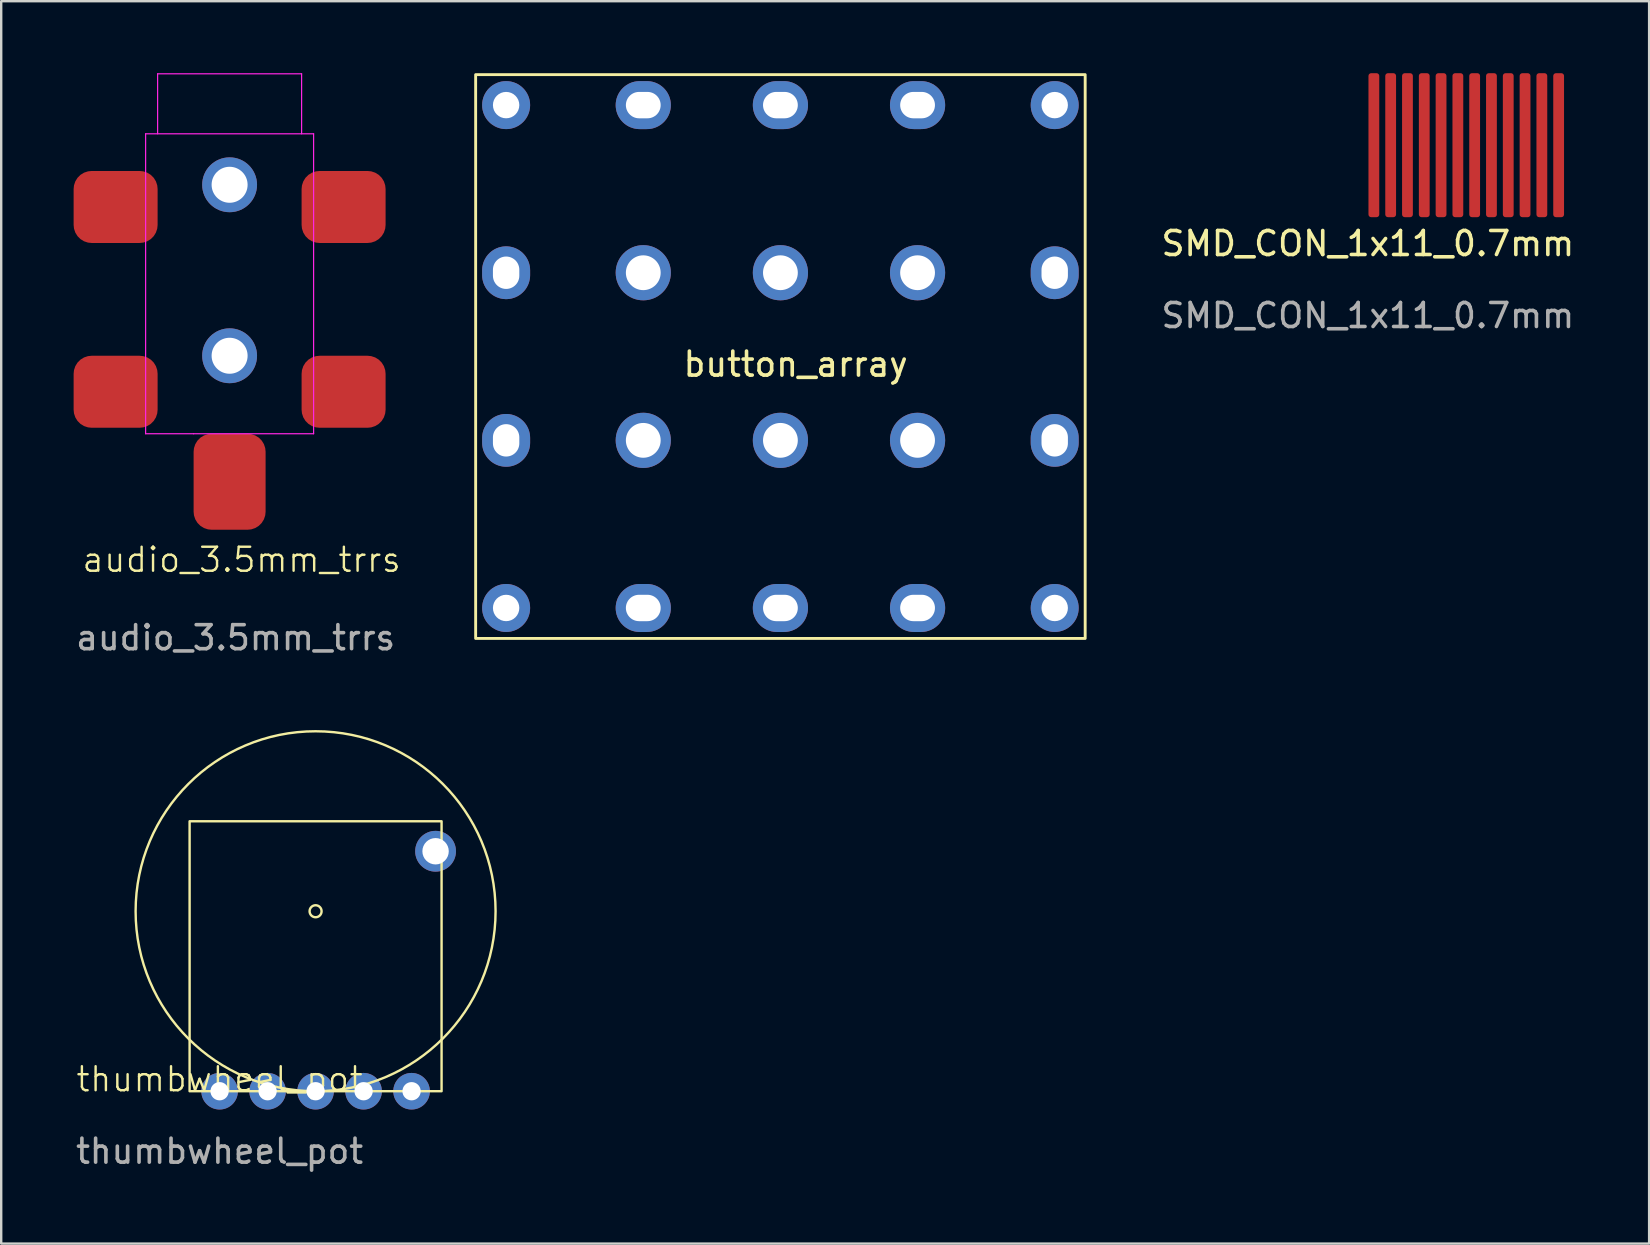
<source format=kicad_pcb>
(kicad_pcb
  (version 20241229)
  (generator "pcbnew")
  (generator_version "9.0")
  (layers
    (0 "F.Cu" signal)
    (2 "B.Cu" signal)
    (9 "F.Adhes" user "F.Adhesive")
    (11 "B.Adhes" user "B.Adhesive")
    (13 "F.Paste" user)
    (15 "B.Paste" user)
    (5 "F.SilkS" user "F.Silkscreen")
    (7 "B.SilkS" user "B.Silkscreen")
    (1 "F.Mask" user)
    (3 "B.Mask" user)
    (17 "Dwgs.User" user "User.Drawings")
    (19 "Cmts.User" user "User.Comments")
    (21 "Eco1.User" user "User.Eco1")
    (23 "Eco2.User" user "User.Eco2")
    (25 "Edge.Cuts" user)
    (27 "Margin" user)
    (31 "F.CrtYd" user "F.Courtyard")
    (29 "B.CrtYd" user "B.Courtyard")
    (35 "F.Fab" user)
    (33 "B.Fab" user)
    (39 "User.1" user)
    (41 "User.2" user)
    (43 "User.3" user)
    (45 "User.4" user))
  (footprint "SMD_CON_1x11_0.7mm"
    (layer "F.Cu")
    (at 53.951 7.6)
    (property "Reference" "SMD_CON_1x11_0.7mm" (at 0 -0.5 0) (unlocked yes) (layer "F.SilkS") (effects (font (size 1 1) (thickness 0.15))))
    (attr smd)
    (fp_text user "${REFERENCE}" (at 0 2.5 0) (unlocked yes) (layer "F.Fab") (effects (font (size 1 1) (thickness 0.15))))
    (pad "1" smd roundrect (at 0.25 -4.6) (size 0.45 6) (layers "F.Cu" "F.Mask" "F.Paste") (roundrect_rratio 0.25))
    (pad "2" smd roundrect (at 0.95 -4.6) (size 0.45 6) (layers "F.Cu" "F.Mask" "F.Paste") (roundrect_rratio 0.25))
    (pad "3" smd roundrect (at 1.65 -4.6) (size 0.45 6) (layers "F.Cu" "F.Mask" "F.Paste") (roundrect_rratio 0.25))
    (pad "4" smd roundrect (at 2.35 -4.6) (size 0.45 6) (layers "F.Cu" "F.Mask" "F.Paste") (roundrect_rratio 0.25))
    (pad "5" smd roundrect (at 3.05 -4.6) (size 0.45 6) (layers "F.Cu" "F.Mask" "F.Paste") (roundrect_rratio 0.25))
    (pad "6" smd roundrect (at 3.75 -4.6) (size 0.45 6) (layers "F.Cu" "F.Mask" "F.Paste") (roundrect_rratio 0.25))
    (pad "7" smd roundrect (at 4.45 -4.6) (size 0.45 6) (layers "F.Cu" "F.Mask" "F.Paste") (roundrect_rratio 0.25))
    (pad "8" smd roundrect (at 5.15 -4.6) (size 0.45 6) (layers "F.Cu" "F.Mask" "F.Paste") (roundrect_rratio 0.25))
    (pad "9" smd roundrect (at 5.85 -4.6) (size 0.45 6) (layers "F.Cu" "F.Mask" "F.Paste") (roundrect_rratio 0.25))
    (pad "10" smd roundrect (at 6.55 -4.6) (size 0.45 6) (layers "F.Cu" "F.Mask" "F.Paste") (roundrect_rratio 0.25))
    (pad "11" smd roundrect (at 7.25 -4.6) (size 0.45 6) (layers "F.Cu" "F.Mask" "F.Paste") (roundrect_rratio 0.25))
    (pad "12" smd roundrect (at 7.95 -4.6) (size 0.45 6) (layers "F.Cu" "F.Mask" "F.Paste") (roundrect_rratio 0.25)))
  (footprint "thumbwheel_pot"
    (layer "F.Cu")
    (at 6.101 42.423)
    (property "Reference" "thumbwheel_pot" (at 0 -0.5 0) (unlocked yes) (layer "F.SilkS") (effects (font (size 1 1) (thickness 0.1))))
    (attr through_hole)
    (fp_rect (start -1.25 -11.25) (end 9.25 0) (stroke (width 0.1) (type default)) (fill no) (layer "F.SilkS"))
    (fp_circle (center 4 -7.5) (end 4.25 -7.5) (stroke (width 0.1) (type default)) (fill no) (layer "F.SilkS"))
    (fp_circle (center 4 -7.5) (end 11.5 -7.5) (stroke (width 0.1) (type default)) (fill no) (layer "F.SilkS"))
    (fp_text user "${REFERENCE}" (at 0 2.5 0) (unlocked yes) (layer "F.Fab") (effects (font (size 1 1) (thickness 0.15))))
    (pad "1" thru_hole circle (at 0 0) (size 1.524 1.524) (drill 0.762) (layers "*.Cu" "*.Mask"))
    (pad "2" thru_hole circle (at 2 0) (size 1.524 1.524) (drill 0.762) (layers "*.Cu" "*.Mask"))
    (pad "2'" thru_hole circle (at 4 0) (size 1.524 1.524) (drill 0.762) (layers "*.Cu" "*.Mask"))
    (pad "3" thru_hole circle (at 8 0) (size 1.524 1.524) (drill 0.762) (layers "*.Cu" "*.Mask"))
    (pad "3'" thru_hole circle (at 6 0) (size 1.524 1.524) (drill 0.762) (layers "*.Cu" "*.Mask"))
    (pad "6" thru_hole circle (at 9 -10) (size 1.7 1.7) (drill 1.1) (layers "*.Cu" "*.Mask")))
  (footprint "button_array"
    (layer "F.Cu")
    (at 17.406 22.285)
    (property "Reference" "button_array" (at 12.7 -10.16 0) (unlocked yes) (layer "F.SilkS") (effects (font (size 1 1) (thickness 0.15))))
    (attr through_hole)
    (fp_rect (start -0.635 1.27) (end 24.765 -22.225) (stroke (width 0.12) (type solid)) (fill no) (layer "F.SilkS"))
    (pad "1" thru_hole oval (at 0.635 -20.955 180) (size 2 2) (drill oval 1.1) (layers "*.Cu" "*.Mask"))
    (pad "1" thru_hole oval (at 0.635 -13.97 180) (size 2 2.2) (drill oval 1.1 1.35) (layers "*.Cu" "*.Mask"))
    (pad "2" thru_hole oval (at 6.35 -20.955 180) (size 2.3 2) (drill oval 1.45 1.1) (layers "*.Cu" "*.Mask"))
    (pad "3" thru_hole oval (at 12.065 -20.955 180) (size 2.3 2) (drill oval 1.45 1.1) (layers "*.Cu" "*.Mask"))
    (pad "4" thru_hole oval (at 0.635 -6.985 180) (size 2 2.2) (drill oval 1.1 1.35) (layers "*.Cu" "*.Mask"))
    (pad "5" thru_hole oval (at 6.35 -6.985 180) (size 2.3 2.3) (drill oval 1.45) (layers "*.Cu" "*.Mask"))
    (pad "6" thru_hole oval (at 12.065 -6.985 180) (size 2.3 2.3) (drill oval 1.45) (layers "*.Cu" "*.Mask"))
    (pad "7" thru_hole oval (at 17.78 -6.985 180) (size 2.3 2.3) (drill oval 1.45) (layers "*.Cu" "*.Mask"))
    (pad "8" thru_hole oval (at 23.495 -6.985 180) (size 2 2.2) (drill oval 1.1 1.35) (layers "*.Cu" "*.Mask"))
    (pad "9" thru_hole oval (at 0.635 0 180) (size 2 2) (drill oval 1.1) (layers "*.Cu" "*.Mask"))
    (pad "10" thru_hole oval (at 12.065 0 180) (size 2.3 2) (drill oval 1.45 1.1) (layers "*.Cu" "*.Mask"))
    (pad "11" thru_hole oval (at 23.495 0 180) (size 2 2) (drill oval 1.1) (layers "*.Cu" "*.Mask"))
    (pad "12" thru_hole oval (at 23.495 -13.97 180) (size 2 2.2) (drill oval 1.1 1.35) (layers "*.Cu" "*.Mask"))
    (pad "13" thru_hole oval (at 6.35 -13.97 180) (size 2.3 2.3) (drill oval 1.45) (layers "*.Cu" "*.Mask"))
    (pad "13" thru_hole oval (at 6.35 0 180) (size 2.3 2) (drill oval 1.45 1.1) (layers "*.Cu" "*.Mask"))
    (pad "13" thru_hole oval (at 12.065 -13.97 180) (size 2.3 2.3) (drill oval 1.45) (layers "*.Cu" "*.Mask"))
    (pad "13" thru_hole oval (at 17.78 -20.955 180) (size 2.3 2) (drill oval 1.45 1.1) (layers "*.Cu" "*.Mask"))
    (pad "13" thru_hole oval (at 17.78 -13.97 180) (size 2.3 2.3) (drill oval 1.45) (layers "*.Cu" "*.Mask"))
    (pad "13" thru_hole oval (at 17.78 0 180) (size 2.3 2) (drill oval 1.45 1.1) (layers "*.Cu" "*.Mask"))
    (pad "13" thru_hole oval (at 23.495 -20.955 180) (size 2 2) (drill oval 1.1) (layers "*.Cu" "*.Mask")))
  (footprint "audio_3.5mm_trrs"
    (layer "F.Cu")
    (at 6.518 19.025)
    (property "Reference" "audio_3.5mm_trrs" (at 0.5 1.25 0) (unlocked yes) (layer "F.SilkS") (effects (font (size 1 1) (thickness 0.1))))
    (attr smd)
    (fp_line (start -3.5 -16.5) (end -3.5 -4) (stroke (width 0.05) (type default)) (layer "F.CrtYd"))
    (fp_line (start -3.5 -4) (end -1.5 -4) (stroke (width 0.05) (type default)) (layer "F.CrtYd"))
    (fp_line (start -3 -19) (end -3 -16.5) (stroke (width 0.05) (type default)) (layer "F.CrtYd"))
    (fp_line (start -3 -19) (end 3 -19) (stroke (width 0.05) (type default)) (layer "F.CrtYd"))
    (fp_line (start -1.5 -4) (end 3.5 -4) (stroke (width 0.05) (type default)) (layer "F.CrtYd"))
    (fp_line (start 3 -19) (end 3 -16.5) (stroke (width 0.05) (type default)) (layer "F.CrtYd"))
    (fp_line (start 3.5 -16.5) (end -3.5 -16.5) (stroke (width 0.05) (type default)) (layer "F.CrtYd"))
    (fp_line (start 3.5 -4) (end 3.5 -16.5) (stroke (width 0.05) (type default)) (layer "F.CrtYd"))
    (fp_text user "${REFERENCE}" (at 0.25 4.5 0) (unlocked yes) (layer "F.Fab") (effects (font (size 1 1) (thickness 0.15))))
    (pad "" np_thru_hole circle (at 0 -14.375) (size 2.286 2.286) (drill 1.5) (layers "*.Cu" "*.Mask"))
    (pad "" np_thru_hole circle (at 0 -7.25) (size 2.286 2.286) (drill 1.5) (layers "*.Cu" "*.Mask"))
    (pad "R1" smd roundrect (at -4.75 -5.75) (size 3.5 3) (layers "F.Cu" "F.Mask" "F.Paste") (roundrect_rratio 0.25))
    (pad "R2" smd roundrect (at 4.75 -5.75) (size 3.5 3) (layers "F.Cu" "F.Mask" "F.Paste") (roundrect_rratio 0.25))
    (pad "S" smd roundrect (at 0 -2 270) (size 4 3) (layers "F.Cu" "F.Mask" "F.Paste") (roundrect_rratio 0.25))
    (pad "T" smd roundrect (at -4.75 -13.45) (size 3.5 3) (layers "F.Cu" "F.Mask" "F.Paste") (roundrect_rratio 0.25))
    (pad "T" smd roundrect (at 4.75 -13.45) (size 3.5 3) (layers "F.Cu" "F.Mask" "F.Paste") (roundrect_rratio 0.25)))
  (gr_rect
    (start -3 -3)
    (end 65.671 48.772)
    (stroke (width 0.1) (type default))
    (fill no)
    (layer "Edge.Cuts")))
</source>
